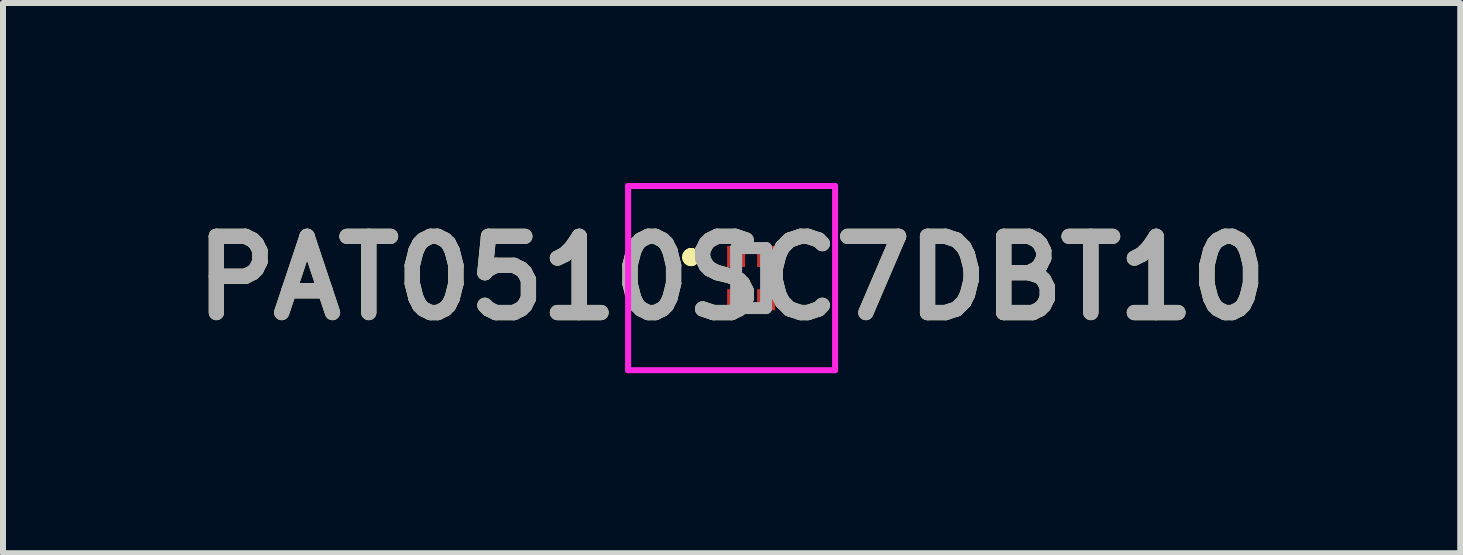
<source format=kicad_pcb>
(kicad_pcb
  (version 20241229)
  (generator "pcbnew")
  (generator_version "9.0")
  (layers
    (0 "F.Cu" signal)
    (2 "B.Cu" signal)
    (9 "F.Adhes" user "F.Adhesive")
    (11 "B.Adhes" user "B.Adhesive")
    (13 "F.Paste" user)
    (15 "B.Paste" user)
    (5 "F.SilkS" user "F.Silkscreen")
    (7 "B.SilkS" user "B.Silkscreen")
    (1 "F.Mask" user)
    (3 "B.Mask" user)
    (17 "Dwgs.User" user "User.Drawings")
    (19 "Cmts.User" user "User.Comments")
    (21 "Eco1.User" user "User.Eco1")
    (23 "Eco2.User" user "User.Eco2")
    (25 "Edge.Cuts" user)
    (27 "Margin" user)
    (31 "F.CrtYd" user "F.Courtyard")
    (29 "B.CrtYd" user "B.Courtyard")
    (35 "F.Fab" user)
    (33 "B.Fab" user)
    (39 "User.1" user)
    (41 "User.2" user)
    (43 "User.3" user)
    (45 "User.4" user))
  (footprint "PAT0510SC7DBT10"
    (layer "F.Cu")
    (at 9.469 1.585)
    (property "Reference" "PAT0510SC7DBT10" (at -0.325 0 0) (layer "F.SilkS") (effects (font (size 1.27 1.27) (thickness 0.254))))
    (attr smd)
    (fp_line (start -1 -0.4) (end -1 -0.4) (stroke (width 0.2) (type solid)) (layer "F.SilkS"))
    (fp_line (start -1 -0.4) (end -1 -0.4) (stroke (width 0.2) (type solid)) (layer "F.SilkS"))
    (fp_line (start -1 -0.3) (end -1 -0.3) (stroke (width 0.2) (type solid)) (layer "F.SilkS"))
    (fp_arc (start -1 -0.4) (mid -0.95 -0.35) (end -1 -0.3) (stroke (width 0.2) (type solid)) (layer "F.SilkS"))
    (fp_arc (start -1 -0.3) (mid -1.05 -0.35) (end -1 -0.4) (stroke (width 0.2) (type solid)) (layer "F.SilkS"))
    (fp_arc (start -1 -0.3) (mid -1.05 -0.35) (end -1 -0.4) (stroke (width 0.2) (type solid)) (layer "F.SilkS"))
    (fp_line (start -2.05 -1.535) (end 1.4 -1.535) (stroke (width 0.1) (type solid)) (layer "F.CrtYd"))
    (fp_line (start -2.05 1.535) (end -2.05 -1.535) (stroke (width 0.1) (type solid)) (layer "F.CrtYd"))
    (fp_line (start 1.4 -1.535) (end 1.4 1.535) (stroke (width 0.1) (type solid)) (layer "F.CrtYd"))
    (fp_line (start 1.4 1.535) (end -2.05 1.535) (stroke (width 0.1) (type solid)) (layer "F.CrtYd"))
    (fp_line (start -0.25 -0.5) (end -0.25 0.5) (stroke (width 0.2) (type solid)) (layer "F.Fab"))
    (fp_line (start -0.25 0.5) (end 0.25 0.5) (stroke (width 0.2) (type solid)) (layer "F.Fab"))
    (fp_line (start 0.25 -0.5) (end -0.25 -0.5) (stroke (width 0.2) (type solid)) (layer "F.Fab"))
    (fp_line (start 0.25 0.5) (end 0.25 -0.5) (stroke (width 0.2) (type solid)) (layer "F.Fab"))
    (fp_text user "${REFERENCE}" (at -0.325 0 0) (layer "F.Fab") (effects (font (size 1.27 1.27) (thickness 0.254))))
    (pad "1" smd rect (at -0.25 -0.36) (size 0.3 0.35) (layers "F.Cu" "F.Mask" "F.Paste"))
    (pad "2" smd rect (at 0.25 -0.36) (size 0.3 0.35) (layers "F.Cu" "F.Mask" "F.Paste"))
    (pad "A3" smd rect (at 0.25 0.36) (size 0.3 0.35) (layers "F.Cu" "F.Mask" "F.Paste"))
    (pad "B3" smd rect (at -0.25 0.36) (size 0.3 0.35) (layers "F.Cu" "F.Mask" "F.Paste")))
  (gr_rect
    (start -3 -3)
    (end 21.288 6.17)
    (stroke (width 0.1) (type default))
    (fill no)
    (layer "Edge.Cuts")))
</source>
